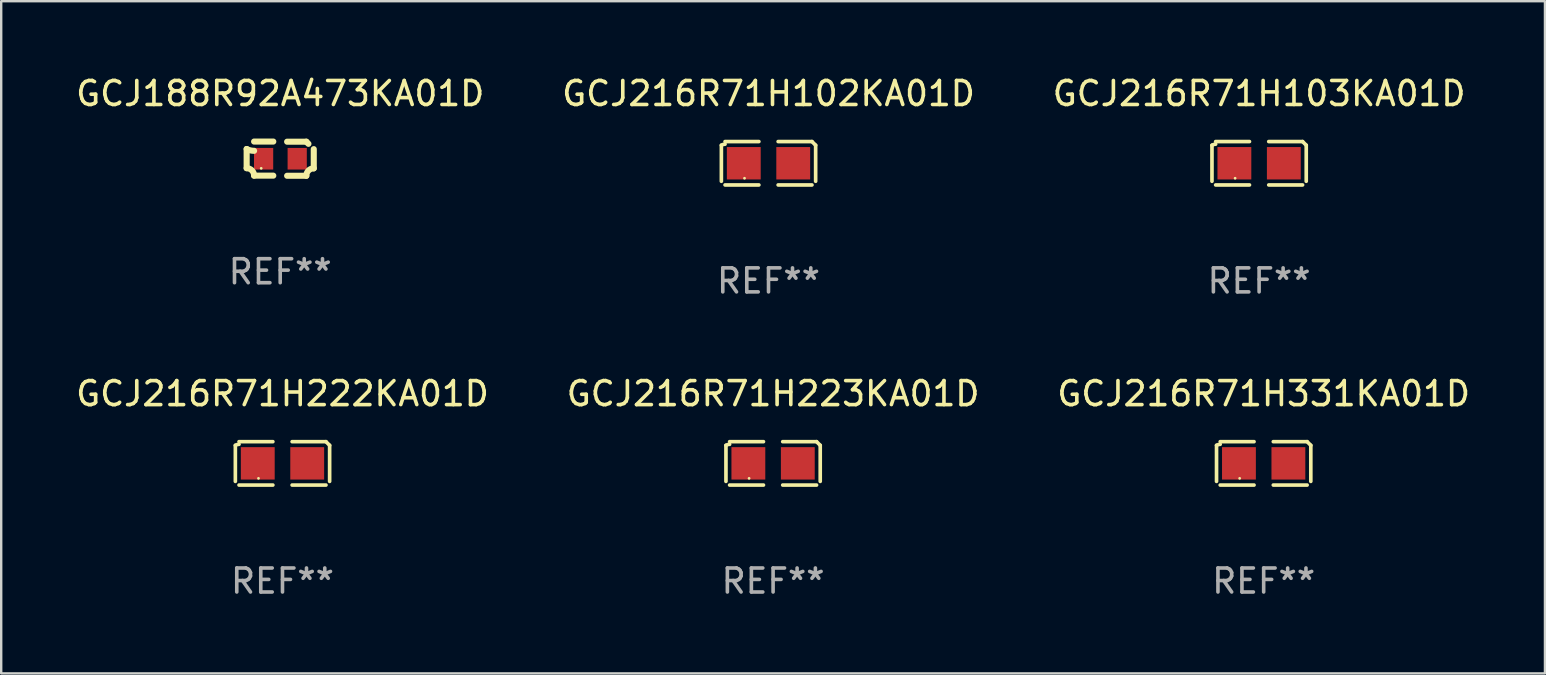
<source format=kicad_pcb>
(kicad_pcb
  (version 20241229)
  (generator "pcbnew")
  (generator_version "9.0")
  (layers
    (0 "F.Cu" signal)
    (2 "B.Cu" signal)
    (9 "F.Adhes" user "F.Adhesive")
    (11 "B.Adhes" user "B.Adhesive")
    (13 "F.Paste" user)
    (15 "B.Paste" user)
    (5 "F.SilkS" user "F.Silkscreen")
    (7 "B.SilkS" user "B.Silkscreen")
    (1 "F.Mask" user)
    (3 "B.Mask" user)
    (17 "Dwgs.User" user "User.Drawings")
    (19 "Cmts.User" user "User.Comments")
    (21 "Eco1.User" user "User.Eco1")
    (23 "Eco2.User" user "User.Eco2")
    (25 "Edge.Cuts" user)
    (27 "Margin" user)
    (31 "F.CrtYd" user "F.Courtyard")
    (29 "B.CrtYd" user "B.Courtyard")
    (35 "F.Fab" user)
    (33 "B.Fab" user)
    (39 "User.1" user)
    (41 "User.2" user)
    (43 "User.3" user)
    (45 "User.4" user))
  (footprint "GCJ188R92A473KA01D"
    (layer "F.Cu")
    (at 8.625 3.561)
    (property "Reference" "GCJ188R92A473KA01D" (at 0 -2.713 0) (layer "F.SilkS") (effects (font (size 1 1) (thickness 0.15))))
    (attr through_hole)
    (fp_line (start -1.398 -0.403) (end -1.398 0.397) (stroke (width 0.254) (type solid)) (layer "F.SilkS"))
    (fp_line (start -0.288 -0.713) (end -1.088 -0.713) (stroke (width 0.254) (type solid)) (layer "F.SilkS"))
    (fp_line (start -0.288 0.707) (end -1.088 0.707) (stroke (width 0.254) (type solid)) (layer "F.SilkS"))
    (fp_line (start 0.288 -0.707) (end 1.088 -0.707) (stroke (width 0.254) (type solid)) (layer "F.SilkS"))
    (fp_line (start 0.288 0.713) (end 1.088 0.713) (stroke (width 0.254) (type solid)) (layer "F.SilkS"))
    (fp_line (start 1.398 -0.397) (end 1.398 0.403) (stroke (width 0.254) (type solid)) (layer "F.SilkS"))
    (fp_arc (start -1.397789 0.397066) (mid -1.178701 0.487826) (end -1.08796 0.706922) (stroke (width 0.254001) (type solid)) (layer "F.SilkS"))
    (fp_arc (start -1.08796 -0.327176) (mid -1.247436 -0.346384) (end -1.39779 -0.402908) (stroke (width 0.254001) (type solid)) (layer "F.SilkS"))
    (fp_arc (start 1.087909 0.712738) (mid 1.178656 0.493655) (end 1.397739 0.402908) (stroke (width 0.254001) (type solid)) (layer "F.SilkS"))
    (fp_arc (start 1.175925 -0.618926) (mid 1.131917 -0.662923) (end 1.08791 -0.706922) (stroke (width 0.254001) (type solid)) (layer "F.SilkS"))
    (fp_circle (center -0.792 0.403) (end -0.762 0.403) (stroke (width 0.06) (type solid)) (fill no) (layer "F.SilkS"))
    (fp_text user "REF**" (at 0 4.713 0) (layer "F.Fab") (effects (font (size 1 1) (thickness 0.15))))
    (pad "1" smd rect (at -0.692 0.003) (size 0.8 0.9) (layers "F.Cu" "F.Mask" "F.Paste"))
    (pad "2" smd rect (at 0.708 0.003) (size 0.8 0.9) (layers "F.Cu" "F.Mask" "F.Paste")))
  (footprint "GCJ216R71H102KA01D"
    (layer "F.Cu")
    (at 28.97 3.752)
    (property "Reference" "GCJ216R71H102KA01D" (at 0 -2.904 0) (layer "F.SilkS") (effects (font (size 1 1) (thickness 0.15))))
    (attr through_hole)
    (fp_line (start -1.964 0.751) (end -1.964 -0.751) (stroke (width 0.152) (type solid)) (layer "F.SilkS"))
    (fp_line (start -1.811 -0.904) (end -0.401 -0.904) (stroke (width 0.152) (type solid)) (layer "F.SilkS"))
    (fp_line (start -0.401 0.904) (end -1.811 0.904) (stroke (width 0.152) (type solid)) (layer "F.SilkS"))
    (fp_line (start 0.401 0.904) (end 1.811 0.904) (stroke (width 0.152) (type solid)) (layer "F.SilkS"))
    (fp_line (start 1.811 -0.904) (end 0.401 -0.904) (stroke (width 0.152) (type solid)) (layer "F.SilkS"))
    (fp_line (start 1.964 0.751) (end 1.964 -0.751) (stroke (width 0.152) (type solid)) (layer "F.SilkS"))
    (fp_arc (start -1.963602 -0.751207) (mid -1.890354 -0.783131) (end -1.811201 -0.794044) (stroke (width 0.1524) (type solid)) (layer "F.SilkS"))
    (fp_arc (start 1.811202 -0.903607) (mid 1.887413 -0.827418) (end 1.963602 -0.751207) (stroke (width 0.1524) (type solid)) (layer "F.SilkS"))
    (fp_circle (center -1 0.625) (end -0.97 0.625) (stroke (width 0.06) (type solid)) (fill no) (layer "F.SilkS"))
    (fp_text user "REF**" (at 0 4.904 0) (layer "F.Fab") (effects (font (size 1 1) (thickness 0.15))))
    (pad "1" smd rect (at -1.03 0) (size 1.41 1.35) (layers "F.Cu" "F.Mask" "F.Paste"))
    (pad "2" smd rect (at 1.03 0) (size 1.41 1.35) (layers "F.Cu" "F.Mask" "F.Paste")))
  (footprint "GCJ216R71H331KA01D"
    (layer "F.Cu")
    (at 49.601 16.256)
    (property "Reference" "GCJ216R71H331KA01D" (at 0 -2.904 0) (layer "F.SilkS") (effects (font (size 1 1) (thickness 0.15))))
    (attr through_hole)
    (fp_line (start -1.964 0.751) (end -1.964 -0.751) (stroke (width 0.152) (type solid)) (layer "F.SilkS"))
    (fp_line (start -1.811 -0.904) (end -0.401 -0.904) (stroke (width 0.152) (type solid)) (layer "F.SilkS"))
    (fp_line (start -0.401 0.904) (end -1.811 0.904) (stroke (width 0.152) (type solid)) (layer "F.SilkS"))
    (fp_line (start 0.401 0.904) (end 1.811 0.904) (stroke (width 0.152) (type solid)) (layer "F.SilkS"))
    (fp_line (start 1.811 -0.904) (end 0.401 -0.904) (stroke (width 0.152) (type solid)) (layer "F.SilkS"))
    (fp_line (start 1.964 0.751) (end 1.964 -0.751) (stroke (width 0.152) (type solid)) (layer "F.SilkS"))
    (fp_arc (start -1.963602 -0.751207) (mid -1.890354 -0.783131) (end -1.811201 -0.794044) (stroke (width 0.1524) (type solid)) (layer "F.SilkS"))
    (fp_arc (start 1.811202 -0.903607) (mid 1.887413 -0.827418) (end 1.963602 -0.751207) (stroke (width 0.1524) (type solid)) (layer "F.SilkS"))
    (fp_circle (center -1 0.625) (end -0.97 0.625) (stroke (width 0.06) (type solid)) (fill no) (layer "F.SilkS"))
    (fp_text user "REF**" (at 0 4.904 0) (layer "F.Fab") (effects (font (size 1 1) (thickness 0.15))))
    (pad "1" smd rect (at -1.03 0) (size 1.41 1.35) (layers "F.Cu" "F.Mask" "F.Paste"))
    (pad "2" smd rect (at 1.03 0) (size 1.41 1.35) (layers "F.Cu" "F.Mask" "F.Paste")))
  (footprint "GCJ216R71H223KA01D"
    (layer "F.Cu")
    (at 29.161 16.256)
    (property "Reference" "GCJ216R71H223KA01D" (at 0 -2.904 0) (layer "F.SilkS") (effects (font (size 1 1) (thickness 0.15))))
    (attr through_hole)
    (fp_line (start -1.964 0.751) (end -1.964 -0.751) (stroke (width 0.152) (type solid)) (layer "F.SilkS"))
    (fp_line (start -1.811 -0.904) (end -0.401 -0.904) (stroke (width 0.152) (type solid)) (layer "F.SilkS"))
    (fp_line (start -0.401 0.904) (end -1.811 0.904) (stroke (width 0.152) (type solid)) (layer "F.SilkS"))
    (fp_line (start 0.401 0.904) (end 1.811 0.904) (stroke (width 0.152) (type solid)) (layer "F.SilkS"))
    (fp_line (start 1.811 -0.904) (end 0.401 -0.904) (stroke (width 0.152) (type solid)) (layer "F.SilkS"))
    (fp_line (start 1.964 0.751) (end 1.964 -0.751) (stroke (width 0.152) (type solid)) (layer "F.SilkS"))
    (fp_arc (start -1.963602 -0.751207) (mid -1.890354 -0.783131) (end -1.811201 -0.794044) (stroke (width 0.1524) (type solid)) (layer "F.SilkS"))
    (fp_arc (start 1.811202 -0.903607) (mid 1.887413 -0.827418) (end 1.963602 -0.751207) (stroke (width 0.1524) (type solid)) (layer "F.SilkS"))
    (fp_circle (center -1 0.625) (end -0.97 0.625) (stroke (width 0.06) (type solid)) (fill no) (layer "F.SilkS"))
    (fp_text user "REF**" (at 0 4.904 0) (layer "F.Fab") (effects (font (size 1 1) (thickness 0.15))))
    (pad "1" smd rect (at -1.03 0) (size 1.41 1.35) (layers "F.Cu" "F.Mask" "F.Paste"))
    (pad "2" smd rect (at 1.03 0) (size 1.41 1.35) (layers "F.Cu" "F.Mask" "F.Paste")))
  (footprint "GCJ216R71H222KA01D"
    (layer "F.Cu")
    (at 8.72 16.256)
    (property "Reference" "GCJ216R71H222KA01D" (at 0 -2.904 0) (layer "F.SilkS") (effects (font (size 1 1) (thickness 0.15))))
    (attr through_hole)
    (fp_line (start -1.964 0.751) (end -1.964 -0.751) (stroke (width 0.152) (type solid)) (layer "F.SilkS"))
    (fp_line (start -1.811 -0.904) (end -0.401 -0.904) (stroke (width 0.152) (type solid)) (layer "F.SilkS"))
    (fp_line (start -0.401 0.904) (end -1.811 0.904) (stroke (width 0.152) (type solid)) (layer "F.SilkS"))
    (fp_line (start 0.401 0.904) (end 1.811 0.904) (stroke (width 0.152) (type solid)) (layer "F.SilkS"))
    (fp_line (start 1.811 -0.904) (end 0.401 -0.904) (stroke (width 0.152) (type solid)) (layer "F.SilkS"))
    (fp_line (start 1.964 0.751) (end 1.964 -0.751) (stroke (width 0.152) (type solid)) (layer "F.SilkS"))
    (fp_arc (start -1.963602 -0.751207) (mid -1.890354 -0.783131) (end -1.811201 -0.794044) (stroke (width 0.1524) (type solid)) (layer "F.SilkS"))
    (fp_arc (start 1.811202 -0.903607) (mid 1.887413 -0.827418) (end 1.963602 -0.751207) (stroke (width 0.1524) (type solid)) (layer "F.SilkS"))
    (fp_circle (center -1 0.625) (end -0.97 0.625) (stroke (width 0.06) (type solid)) (fill no) (layer "F.SilkS"))
    (fp_text user "REF**" (at 0 4.904 0) (layer "F.Fab") (effects (font (size 1 1) (thickness 0.15))))
    (pad "1" smd rect (at -1.03 0) (size 1.41 1.35) (layers "F.Cu" "F.Mask" "F.Paste"))
    (pad "2" smd rect (at 1.03 0) (size 1.41 1.35) (layers "F.Cu" "F.Mask" "F.Paste")))
  (footprint "GCJ216R71H103KA01D"
    (layer "F.Cu")
    (at 49.411 3.752)
    (property "Reference" "GCJ216R71H103KA01D" (at 0 -2.904 0) (layer "F.SilkS") (effects (font (size 1 1) (thickness 0.15))))
    (attr through_hole)
    (fp_line (start -1.964 0.751) (end -1.964 -0.751) (stroke (width 0.152) (type solid)) (layer "F.SilkS"))
    (fp_line (start -1.811 -0.904) (end -0.401 -0.904) (stroke (width 0.152) (type solid)) (layer "F.SilkS"))
    (fp_line (start -0.401 0.904) (end -1.811 0.904) (stroke (width 0.152) (type solid)) (layer "F.SilkS"))
    (fp_line (start 0.401 0.904) (end 1.811 0.904) (stroke (width 0.152) (type solid)) (layer "F.SilkS"))
    (fp_line (start 1.811 -0.904) (end 0.401 -0.904) (stroke (width 0.152) (type solid)) (layer "F.SilkS"))
    (fp_line (start 1.964 0.751) (end 1.964 -0.751) (stroke (width 0.152) (type solid)) (layer "F.SilkS"))
    (fp_arc (start -1.963602 -0.751207) (mid -1.890354 -0.783131) (end -1.811201 -0.794044) (stroke (width 0.1524) (type solid)) (layer "F.SilkS"))
    (fp_arc (start 1.811202 -0.903607) (mid 1.887413 -0.827418) (end 1.963602 -0.751207) (stroke (width 0.1524) (type solid)) (layer "F.SilkS"))
    (fp_circle (center -1 0.625) (end -0.97 0.625) (stroke (width 0.06) (type solid)) (fill no) (layer "F.SilkS"))
    (fp_text user "REF**" (at 0 4.904 0) (layer "F.Fab") (effects (font (size 1 1) (thickness 0.15))))
    (pad "1" smd rect (at -1.03 0) (size 1.41 1.35) (layers "F.Cu" "F.Mask" "F.Paste"))
    (pad "2" smd rect (at 1.03 0) (size 1.41 1.35) (layers "F.Cu" "F.Mask" "F.Paste")))
  (gr_rect
    (start -3 -3)
    (end 61.321 25.007)
    (stroke (width 0.1) (type default))
    (fill no)
    (layer "Edge.Cuts")))
</source>
